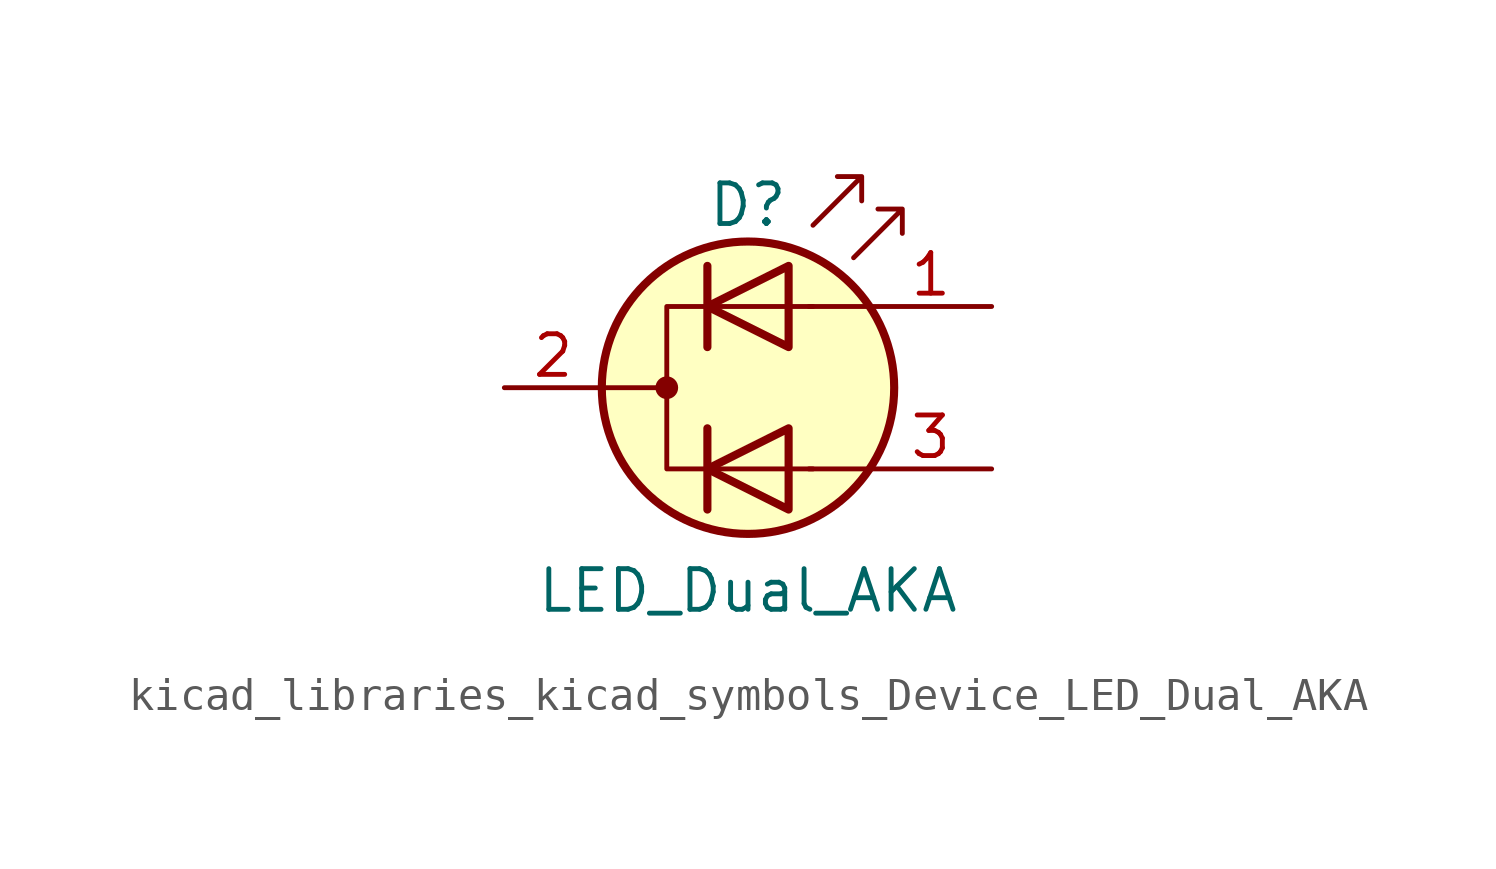
<source format=kicad_sym>
(kicad_symbol_lib
  (version 20220914)
  (generator kicad_symbol_editor)
  (symbol "kicad_libraries_kicad_symbols_Device_LED_Dual_AKA"
    (pin_names
      (offset 0) hide)
    (property "Reference" "D"
      (at 0 5.715 0)
      (effects (font (size 1.27 1.27))))
    (property "Value" "LED_Dual_AKA"
      (at 0 -6.35 0)
      (effects (font (size 1.27 1.27))))
    (symbol "kicad_libraries_kicad_symbols_Device_LED_Dual_AKA_0_1"
      (circle (center -2.54 0) (radius 0.279) (stroke (width 0) (type default)) (fill (type outline)))
      (polyline (pts (xy -4.572 0) (xy -2.54 0)) (stroke (width 0) (type default)) (fill (type none)))
      (polyline (pts (xy -1.27 -1.27) (xy -1.27 -3.81)) (stroke (width 0.254) (type default)) (fill (type none)))
      (polyline (pts (xy -1.27 1.27) (xy -1.27 3.81)) (stroke (width 0.254) (type default)) (fill (type none)))
      (polyline (pts (xy 3.81 -2.54) (xy 1.905 -2.54)) (stroke (width 0) (type default)) (fill (type none)))
      (polyline (pts (xy 3.81 2.54) (xy 1.905 2.54)) (stroke (width 0) (type default)) (fill (type none)))
      (polyline (pts (xy 1.27 -3.81) (xy 1.27 -1.27) (xy -1.27 -2.54) (xy 1.27 -3.81)) (stroke (width 0.254) (type default)) (fill (type none)))
      (polyline (pts (xy 1.27 1.27) (xy 1.27 3.81) (xy -1.27 2.54) (xy 1.27 1.27)) (stroke (width 0.254) (type default)) (fill (type none)))
      (polyline (pts (xy 2.032 2.54) (xy -2.54 2.54) (xy -2.54 -2.54) (xy 2.032 -2.54)) (stroke (width 0) (type default)) (fill (type none)))
      (polyline (pts (xy 2.032 5.08) (xy 3.556 6.604) (xy 2.794 6.604) (xy 3.556 6.604) (xy 3.556 5.842)) (stroke (width 0) (type default)) (fill (type none)))
      (polyline (pts (xy 3.302 4.064) (xy 4.826 5.588) (xy 4.064 5.588) (xy 4.826 5.588) (xy 4.826 4.826)) (stroke (width 0) (type default)) (fill (type none)))
      (circle (center 0 0) (radius 4.572) (stroke (width 0.254) (type default)) (fill (type background))))
    (symbol "kicad_libraries_kicad_symbols_Device_LED_Dual_AKA_1_1"
      (pin input line (at 7.62 2.54 180) (length 3.81) (name "A1" (effects (font (size 1.27 1.27)))) (number "1" (effects (font (size 1.27 1.27)))))
      (pin input line (at -7.62 0 0) (length 3.048) (name "K" (effects (font (size 1.27 1.27)))) (number "2" (effects (font (size 1.27 1.27)))))
      (pin input line (at 7.62 -2.54 180) (length 3.81) (name "A2" (effects (font (size 1.27 1.27)))) (number "3" (effects (font (size 1.27 1.27))))))))
</source>
